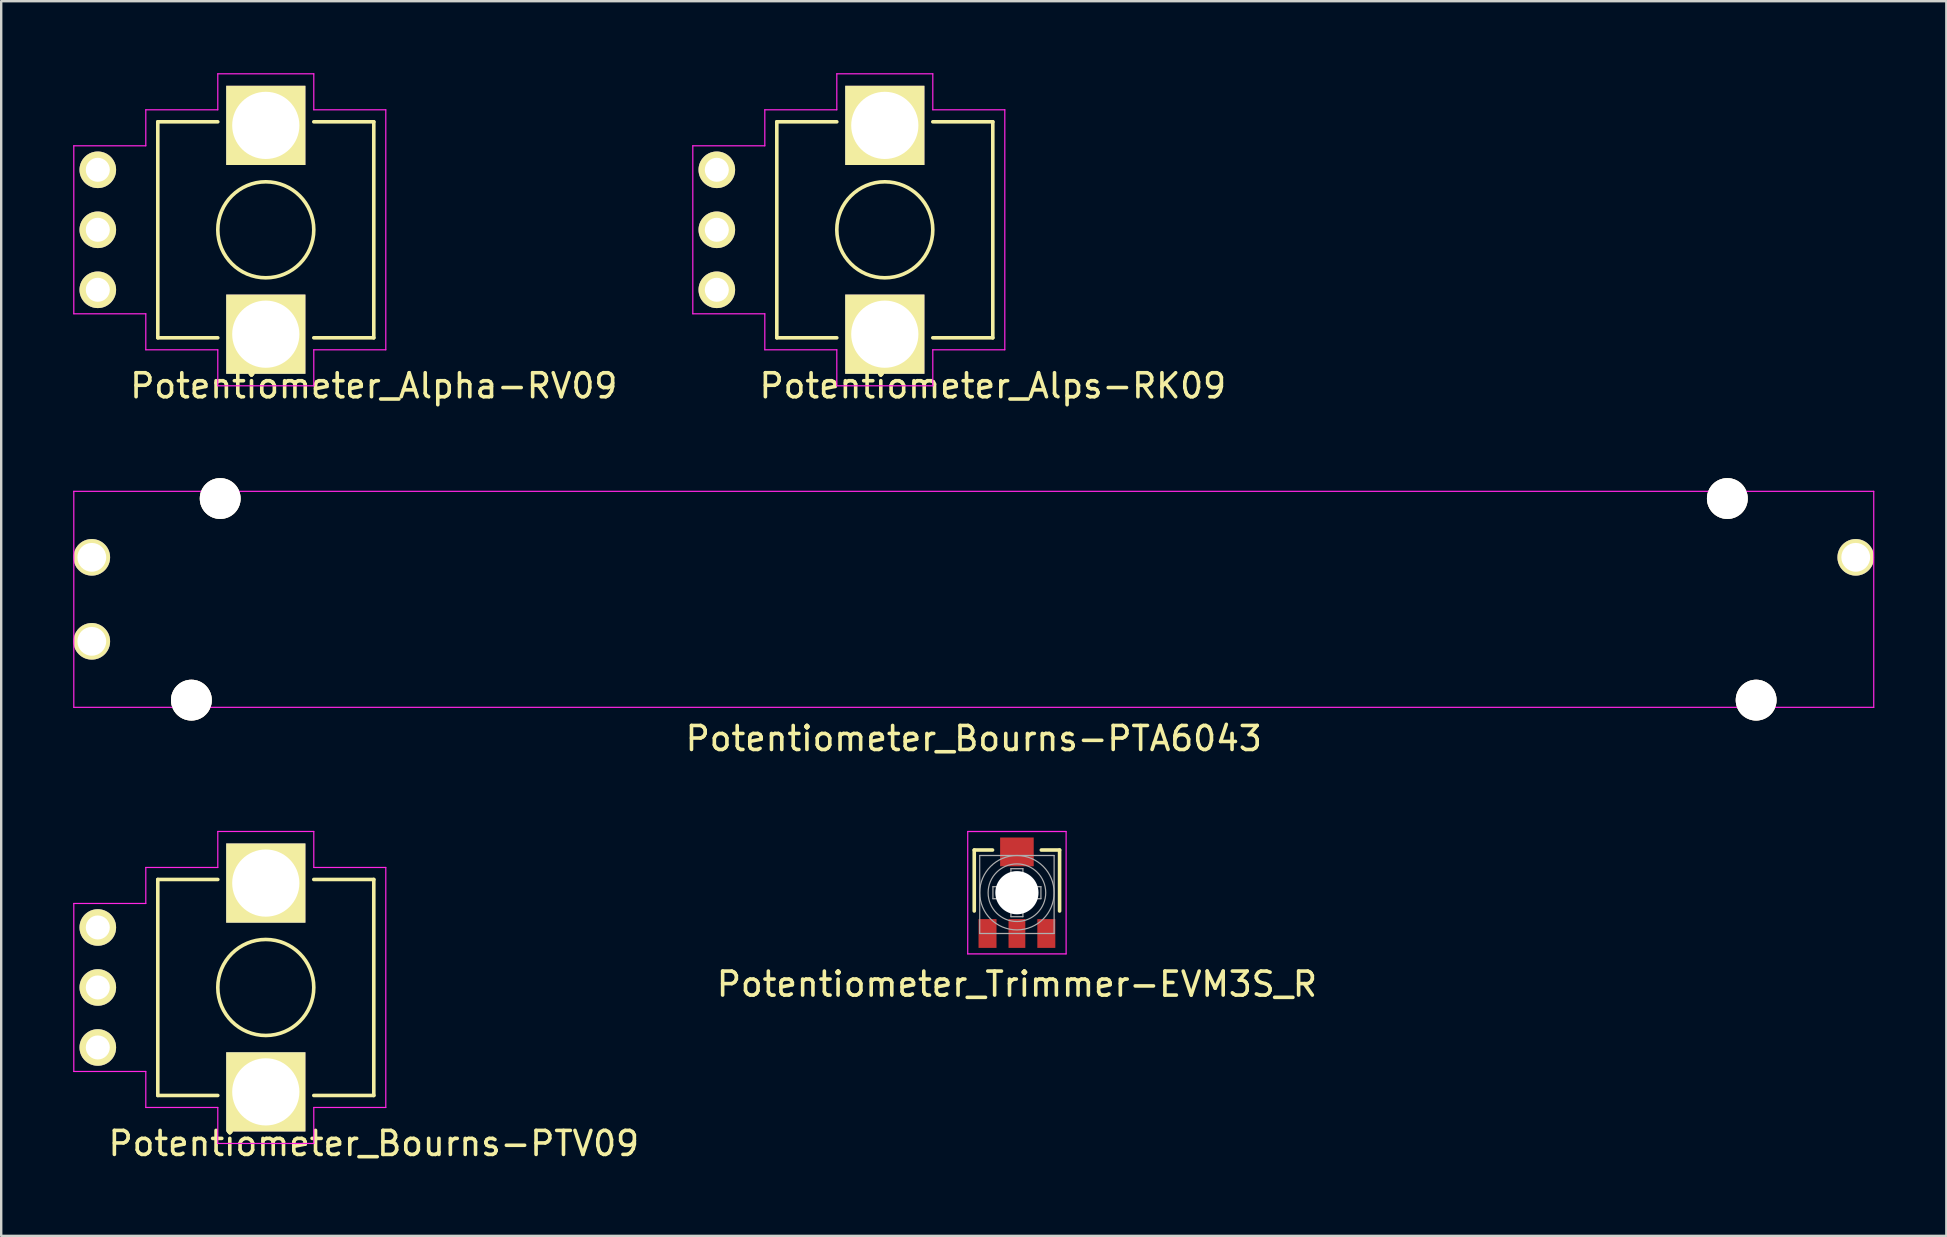
<source format=kicad_pcb>
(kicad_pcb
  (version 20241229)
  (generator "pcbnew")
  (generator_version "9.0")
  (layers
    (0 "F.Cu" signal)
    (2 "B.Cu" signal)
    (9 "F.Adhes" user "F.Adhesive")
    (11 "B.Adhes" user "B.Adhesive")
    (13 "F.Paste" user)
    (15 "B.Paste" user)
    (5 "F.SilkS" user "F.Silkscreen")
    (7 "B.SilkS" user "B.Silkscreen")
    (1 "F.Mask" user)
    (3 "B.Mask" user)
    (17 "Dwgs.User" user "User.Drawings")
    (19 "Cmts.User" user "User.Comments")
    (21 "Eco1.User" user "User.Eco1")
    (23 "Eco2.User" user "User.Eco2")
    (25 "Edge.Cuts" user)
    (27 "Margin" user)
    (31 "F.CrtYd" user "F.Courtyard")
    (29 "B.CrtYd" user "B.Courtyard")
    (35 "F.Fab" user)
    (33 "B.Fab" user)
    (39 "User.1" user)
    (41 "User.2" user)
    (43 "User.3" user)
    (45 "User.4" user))
  (footprint "Potentiometer_Alps-RK09"
    (layer "F.Cu")
    (at 26.818 4.025)
    (property "Reference" "Potentiometer_Alps-RK09" (at 11.5 9 180) (layer "F.SilkS") (effects (font (size 1 1) (thickness 0.15))))
    (attr through_hole)
    (fp_line (start 2.5 -2) (end 2.5 7) (stroke (width 0.15) (type solid)) (layer "F.SilkS"))
    (fp_line (start 5 -2) (end 2.5 -2) (stroke (width 0.15) (type solid)) (layer "F.SilkS"))
    (fp_line (start 5 7) (end 2.5 7) (stroke (width 0.15) (type solid)) (layer "F.SilkS"))
    (fp_line (start 11.5 -2) (end 9 -2) (stroke (width 0.15) (type solid)) (layer "F.SilkS"))
    (fp_line (start 11.5 -2) (end 11.5 7) (stroke (width 0.15) (type solid)) (layer "F.SilkS"))
    (fp_line (start 11.5 7) (end 9 7) (stroke (width 0.15) (type solid)) (layer "F.SilkS"))
    (fp_circle (center 7 2.5) (end 9 2.5) (stroke (width 0.15) (type solid)) (fill no) (layer "F.SilkS"))
    (fp_line (start -1 -1) (end 2 -1) (stroke (width 0.05) (type solid)) (layer "F.CrtYd"))
    (fp_line (start -1 6) (end -1 -1) (stroke (width 0.05) (type solid)) (layer "F.CrtYd"))
    (fp_line (start 2 -2.5) (end 2 -1) (stroke (width 0.05) (type solid)) (layer "F.CrtYd"))
    (fp_line (start 2 6) (end -1 6) (stroke (width 0.05) (type solid)) (layer "F.CrtYd"))
    (fp_line (start 2 7.5) (end 2 6) (stroke (width 0.05) (type solid)) (layer "F.CrtYd"))
    (fp_line (start 5 -4) (end 5 -2.5) (stroke (width 0.05) (type solid)) (layer "F.CrtYd"))
    (fp_line (start 5 -4) (end 9 -4) (stroke (width 0.05) (type solid)) (layer "F.CrtYd"))
    (fp_line (start 5 -2.5) (end 2 -2.5) (stroke (width 0.05) (type solid)) (layer "F.CrtYd"))
    (fp_line (start 5 7.5) (end 2 7.5) (stroke (width 0.05) (type solid)) (layer "F.CrtYd"))
    (fp_line (start 5 9) (end 5 7.5) (stroke (width 0.05) (type solid)) (layer "F.CrtYd"))
    (fp_line (start 9 -4) (end 9 -2.5) (stroke (width 0.05) (type solid)) (layer "F.CrtYd"))
    (fp_line (start 9 -2.5) (end 12 -2.5) (stroke (width 0.05) (type solid)) (layer "F.CrtYd"))
    (fp_line (start 9 7.5) (end 9 9) (stroke (width 0.05) (type solid)) (layer "F.CrtYd"))
    (fp_line (start 9 9) (end 5 9) (stroke (width 0.05) (type solid)) (layer "F.CrtYd"))
    (fp_line (start 12 -2.5) (end 12 7.5) (stroke (width 0.05) (type solid)) (layer "F.CrtYd"))
    (fp_line (start 12 7.5) (end 9 7.5) (stroke (width 0.05) (type solid)) (layer "F.CrtYd"))
    (pad "1" thru_hole circle (at 0 0 270) (size 1.524 1.524) (drill 1) (layers "*.Cu" "*.Mask" "F.SilkS"))
    (pad "2" thru_hole circle (at 0 2.5 270) (size 1.524 1.524) (drill 1) (layers "*.Cu" "*.Mask" "F.SilkS"))
    (pad "3" thru_hole circle (at 0 5 270) (size 1.524 1.524) (drill 1) (layers "*.Cu" "*.Mask" "F.SilkS"))
    (pad "4" thru_hole rect (at 7 -1.85 270) (size 3.3 3.3) (drill 2.8) (layers "*.Cu" "*.Mask" "F.SilkS"))
    (pad "5" thru_hole rect (at 7 6.85 270) (size 3.3 3.3) (drill 2.8) (layers "*.Cu" "*.Mask" "F.SilkS")))
  (footprint "Potentiometer_Bourns-PTV09"
    (layer "F.Cu")
    (at 1.025 35.596)
    (property "Reference" "Potentiometer_Bourns-PTV09" (at 11.5 9 180) (layer "F.SilkS") (effects (font (size 1 1) (thickness 0.15))))
    (attr through_hole)
    (fp_line (start 2.5 -2) (end 2.5 7) (stroke (width 0.15) (type solid)) (layer "F.SilkS"))
    (fp_line (start 5 -2) (end 2.5 -2) (stroke (width 0.15) (type solid)) (layer "F.SilkS"))
    (fp_line (start 5 7) (end 2.5 7) (stroke (width 0.15) (type solid)) (layer "F.SilkS"))
    (fp_line (start 11.5 -2) (end 9 -2) (stroke (width 0.15) (type solid)) (layer "F.SilkS"))
    (fp_line (start 11.5 -2) (end 11.5 7) (stroke (width 0.15) (type solid)) (layer "F.SilkS"))
    (fp_line (start 11.5 7) (end 9 7) (stroke (width 0.15) (type solid)) (layer "F.SilkS"))
    (fp_circle (center 7 2.5) (end 9 2.5) (stroke (width 0.15) (type solid)) (fill no) (layer "F.SilkS"))
    (fp_line (start -1 -1) (end 2 -1) (stroke (width 0.05) (type solid)) (layer "F.CrtYd"))
    (fp_line (start -1 6) (end -1 -1) (stroke (width 0.05) (type solid)) (layer "F.CrtYd"))
    (fp_line (start 2 -2.5) (end 2 -1) (stroke (width 0.05) (type solid)) (layer "F.CrtYd"))
    (fp_line (start 2 6) (end -1 6) (stroke (width 0.05) (type solid)) (layer "F.CrtYd"))
    (fp_line (start 2 7.5) (end 2 6) (stroke (width 0.05) (type solid)) (layer "F.CrtYd"))
    (fp_line (start 5 -4) (end 5 -2.5) (stroke (width 0.05) (type solid)) (layer "F.CrtYd"))
    (fp_line (start 5 -4) (end 9 -4) (stroke (width 0.05) (type solid)) (layer "F.CrtYd"))
    (fp_line (start 5 -2.5) (end 2 -2.5) (stroke (width 0.05) (type solid)) (layer "F.CrtYd"))
    (fp_line (start 5 7.5) (end 2 7.5) (stroke (width 0.05) (type solid)) (layer "F.CrtYd"))
    (fp_line (start 5 9) (end 5 7.5) (stroke (width 0.05) (type solid)) (layer "F.CrtYd"))
    (fp_line (start 9 -4) (end 9 -2.5) (stroke (width 0.05) (type solid)) (layer "F.CrtYd"))
    (fp_line (start 9 -2.5) (end 12 -2.5) (stroke (width 0.05) (type solid)) (layer "F.CrtYd"))
    (fp_line (start 9 7.5) (end 9 9) (stroke (width 0.05) (type solid)) (layer "F.CrtYd"))
    (fp_line (start 9 9) (end 5 9) (stroke (width 0.05) (type solid)) (layer "F.CrtYd"))
    (fp_line (start 12 -2.5) (end 12 7.5) (stroke (width 0.05) (type solid)) (layer "F.CrtYd"))
    (fp_line (start 12 7.5) (end 9 7.5) (stroke (width 0.05) (type solid)) (layer "F.CrtYd"))
    (pad "1" thru_hole circle (at 0 0 270) (size 1.524 1.524) (drill 1) (layers "*.Cu" "*.Mask" "F.SilkS"))
    (pad "2" thru_hole circle (at 0 2.5 270) (size 1.524 1.524) (drill 1) (layers "*.Cu" "*.Mask" "F.SilkS"))
    (pad "3" thru_hole circle (at 0 5 270) (size 1.524 1.524) (drill 1) (layers "*.Cu" "*.Mask" "F.SilkS"))
    (pad "4" thru_hole rect (at 7 -1.85 270) (size 3.3 3.3) (drill 2.8) (layers "*.Cu" "*.Mask" "F.SilkS"))
    (pad "5" thru_hole rect (at 7 6.85 270) (size 3.3 3.3) (drill 2.8) (layers "*.Cu" "*.Mask" "F.SilkS")))
  (footprint "Potentiometer_Trimmer-EVM3S_R"
    (layer "F.Cu")
    (at 39.323 34.147)
    (property "Reference" "Potentiometer_Trimmer-EVM3S_R" (at 0 3.81 0) (layer "F.SilkS") (effects (font (size 1 1) (thickness 0.15))))
    (attr smd)
    (fp_line (start -1.778 -1.778) (end -1.016 -1.778) (stroke (width 0.15) (type solid)) (layer "F.SilkS"))
    (fp_line (start -1.778 0.762) (end -1.778 -1.778) (stroke (width 0.15) (type solid)) (layer "F.SilkS"))
    (fp_line (start 1.016 -1.778) (end 1.778 -1.778) (stroke (width 0.15) (type solid)) (layer "F.SilkS"))
    (fp_line (start 1.778 -1.778) (end 1.778 0.762) (stroke (width 0.15) (type solid)) (layer "F.SilkS"))
    (fp_line (start -2.05 -2.55) (end 2.05 -2.55) (stroke (width 0.05) (type solid)) (layer "F.CrtYd"))
    (fp_line (start -2.05 2.55) (end -2.05 -2.55) (stroke (width 0.05) (type solid)) (layer "F.CrtYd"))
    (fp_line (start 2.05 -2.55) (end 2.05 2.55) (stroke (width 0.05) (type solid)) (layer "F.CrtYd"))
    (fp_line (start 2.05 2.55) (end -2.05 2.55) (stroke (width 0.05) (type solid)) (layer "F.CrtYd"))
    (fp_line (start -1.55 -1.55) (end 1.55 -1.55) (stroke (width 0.05) (type solid)) (layer "F.Fab"))
    (fp_line (start -1.55 1.7) (end -1.55 -1.55) (stroke (width 0.05) (type solid)) (layer "F.Fab"))
    (fp_line (start -1 -0.25) (end -0.25 -0.25) (stroke (width 0.05) (type solid)) (layer "F.Fab"))
    (fp_line (start -1 0.25) (end -1 -0.25) (stroke (width 0.05) (type solid)) (layer "F.Fab"))
    (fp_line (start -0.25 -1) (end 0.25 -1) (stroke (width 0.05) (type solid)) (layer "F.Fab"))
    (fp_line (start -0.25 -0.25) (end -0.25 -1) (stroke (width 0.05) (type solid)) (layer "F.Fab"))
    (fp_line (start -0.25 0.25) (end -1 0.25) (stroke (width 0.05) (type solid)) (layer "F.Fab"))
    (fp_line (start -0.25 1) (end -0.25 0.25) (stroke (width 0.05) (type solid)) (layer "F.Fab"))
    (fp_line (start 0.25 -1) (end 0.25 -0.25) (stroke (width 0.05) (type solid)) (layer "F.Fab"))
    (fp_line (start 0.25 -0.25) (end 1 -0.25) (stroke (width 0.05) (type solid)) (layer "F.Fab"))
    (fp_line (start 0.25 0.25) (end 0.25 1) (stroke (width 0.05) (type solid)) (layer "F.Fab"))
    (fp_line (start 0.25 1) (end -0.25 1) (stroke (width 0.05) (type solid)) (layer "F.Fab"))
    (fp_line (start 1 -0.25) (end 1 0.25) (stroke (width 0.05) (type solid)) (layer "F.Fab"))
    (fp_line (start 1 0.25) (end 0.25 0.25) (stroke (width 0.05) (type solid)) (layer "F.Fab"))
    (fp_line (start 1.55 -1.55) (end 1.55 1.7) (stroke (width 0.05) (type solid)) (layer "F.Fab"))
    (fp_line (start 1.55 1.7) (end -1.55 1.7) (stroke (width 0.05) (type solid)) (layer "F.Fab"))
    (fp_circle (center 0 0) (end 0 -1.55) (stroke (width 0.05) (type solid)) (fill no) (layer "F.Fab"))
    (fp_circle (center 0 0) (end 0 -1.2) (stroke (width 0.05) (type solid)) (fill no) (layer "F.Fab"))
    (fp_circle (center 0 0) (end 0 -0.25) (stroke (width 0.05) (type solid)) (fill no) (layer "F.Fab"))
    (pad "" smd rect (at 0 -1.7) (size 1.4 1.2) (layers "F.Cu" "F.Mask" "F.Paste"))
    (pad "" np_thru_hole circle (at 0 0) (size 1.8 1.8) (drill 1.8) (layers "*.Cu" "*.Mask"))
    (pad "1" smd rect (at -1.225 1.7) (size 0.75 1.2) (layers "F.Cu" "F.Mask" "F.Paste"))
    (pad "2" smd rect (at 0 1.7) (size 0.7 1.2) (layers "F.Cu" "F.Mask" "F.Paste"))
    (pad "3" smd rect (at 1.225 1.7) (size 0.75 1.2) (layers "F.Cu" "F.Mask" "F.Paste")))
  (footprint "Potentiometer_Bourns-PTA6043"
    (layer "F.Cu")
    (at 0.775 20.173)
    (property "Reference" "Potentiometer_Bourns-PTA6043" (at 36.75 7.55 0) (layer "F.SilkS") (effects (font (size 1 1) (thickness 0.15))))
    (attr through_hole)
    (fp_line (start -0.75 -2.75) (end 74.25 -2.75) (stroke (width 0.05) (type solid)) (layer "F.CrtYd"))
    (fp_line (start -0.75 6.25) (end -0.75 -2.75) (stroke (width 0.05) (type solid)) (layer "F.CrtYd"))
    (fp_line (start 74.25 -2.75) (end 74.25 6.25) (stroke (width 0.05) (type solid)) (layer "F.CrtYd"))
    (fp_line (start 74.25 6.25) (end -0.75 6.25) (stroke (width 0.05) (type solid)) (layer "F.CrtYd"))
    (pad "" thru_hole circle (at 4.15 5.95) (size 1.7 1.7) (drill 1.7) (layers "*.Cu" "*.Mask" "F.SilkS"))
    (pad "" thru_hole circle (at 5.35 -2.45) (size 1.7 1.7) (drill 1.7) (layers "*.Cu" "*.Mask" "F.SilkS"))
    (pad "" thru_hole circle (at 68.15 -2.45) (size 1.7 1.7) (drill 1.7) (layers "*.Cu" "*.Mask" "F.SilkS"))
    (pad "" thru_hole circle (at 69.35 5.95) (size 1.7 1.7) (drill 1.7) (layers "*.Cu" "*.Mask" "F.SilkS"))
    (pad "1" thru_hole circle (at 0 0) (size 1.524 1.524) (drill 1.2) (layers "*.Cu" "*.Mask" "F.SilkS"))
    (pad "2" thru_hole circle (at 0 3.5) (size 1.524 1.524) (drill 1.2) (layers "*.Cu" "*.Mask" "F.SilkS"))
    (pad "3" thru_hole circle (at 73.5 0) (size 1.524 1.524) (drill 1.2) (layers "*.Cu" "*.Mask" "F.SilkS")))
  (footprint "Potentiometer_Alpha-RV09"
    (layer "F.Cu")
    (at 1.025 4.025)
    (property "Reference" "Potentiometer_Alpha-RV09" (at 11.5 9 180) (layer "F.SilkS") (effects (font (size 1 1) (thickness 0.15))))
    (attr through_hole)
    (fp_line (start 2.5 -2) (end 2.5 7) (stroke (width 0.15) (type solid)) (layer "F.SilkS"))
    (fp_line (start 5 -2) (end 2.5 -2) (stroke (width 0.15) (type solid)) (layer "F.SilkS"))
    (fp_line (start 5 7) (end 2.5 7) (stroke (width 0.15) (type solid)) (layer "F.SilkS"))
    (fp_line (start 11.5 -2) (end 9 -2) (stroke (width 0.15) (type solid)) (layer "F.SilkS"))
    (fp_line (start 11.5 -2) (end 11.5 7) (stroke (width 0.15) (type solid)) (layer "F.SilkS"))
    (fp_line (start 11.5 7) (end 9 7) (stroke (width 0.15) (type solid)) (layer "F.SilkS"))
    (fp_circle (center 7 2.5) (end 9 2.5) (stroke (width 0.15) (type solid)) (fill no) (layer "F.SilkS"))
    (fp_line (start -1 -1) (end 2 -1) (stroke (width 0.05) (type solid)) (layer "F.CrtYd"))
    (fp_line (start -1 6) (end -1 -1) (stroke (width 0.05) (type solid)) (layer "F.CrtYd"))
    (fp_line (start 2 -2.5) (end 2 -1) (stroke (width 0.05) (type solid)) (layer "F.CrtYd"))
    (fp_line (start 2 6) (end -1 6) (stroke (width 0.05) (type solid)) (layer "F.CrtYd"))
    (fp_line (start 2 7.5) (end 2 6) (stroke (width 0.05) (type solid)) (layer "F.CrtYd"))
    (fp_line (start 5 -4) (end 5 -2.5) (stroke (width 0.05) (type solid)) (layer "F.CrtYd"))
    (fp_line (start 5 -4) (end 9 -4) (stroke (width 0.05) (type solid)) (layer "F.CrtYd"))
    (fp_line (start 5 -2.5) (end 2 -2.5) (stroke (width 0.05) (type solid)) (layer "F.CrtYd"))
    (fp_line (start 5 7.5) (end 2 7.5) (stroke (width 0.05) (type solid)) (layer "F.CrtYd"))
    (fp_line (start 5 9) (end 5 7.5) (stroke (width 0.05) (type solid)) (layer "F.CrtYd"))
    (fp_line (start 9 -4) (end 9 -2.5) (stroke (width 0.05) (type solid)) (layer "F.CrtYd"))
    (fp_line (start 9 -2.5) (end 12 -2.5) (stroke (width 0.05) (type solid)) (layer "F.CrtYd"))
    (fp_line (start 9 7.5) (end 9 9) (stroke (width 0.05) (type solid)) (layer "F.CrtYd"))
    (fp_line (start 9 9) (end 5 9) (stroke (width 0.05) (type solid)) (layer "F.CrtYd"))
    (fp_line (start 12 -2.5) (end 12 7.5) (stroke (width 0.05) (type solid)) (layer "F.CrtYd"))
    (fp_line (start 12 7.5) (end 9 7.5) (stroke (width 0.05) (type solid)) (layer "F.CrtYd"))
    (pad "1" thru_hole circle (at 0 0 270) (size 1.524 1.524) (drill 1) (layers "*.Cu" "*.Mask" "F.SilkS"))
    (pad "2" thru_hole circle (at 0 2.5 270) (size 1.524 1.524) (drill 1) (layers "*.Cu" "*.Mask" "F.SilkS"))
    (pad "3" thru_hole circle (at 0 5 270) (size 1.524 1.524) (drill 1) (layers "*.Cu" "*.Mask" "F.SilkS"))
    (pad "4" thru_hole rect (at 7 -1.85 270) (size 3.3 3.3) (drill 2.8) (layers "*.Cu" "*.Mask" "F.SilkS"))
    (pad "5" thru_hole rect (at 7 6.85 270) (size 3.3 3.3) (drill 2.8) (layers "*.Cu" "*.Mask" "F.SilkS")))
  (gr_rect
    (start -3 -3)
    (end 78.05 48.445)
    (stroke (width 0.1) (type default))
    (fill no)
    (layer "Edge.Cuts")))
</source>
